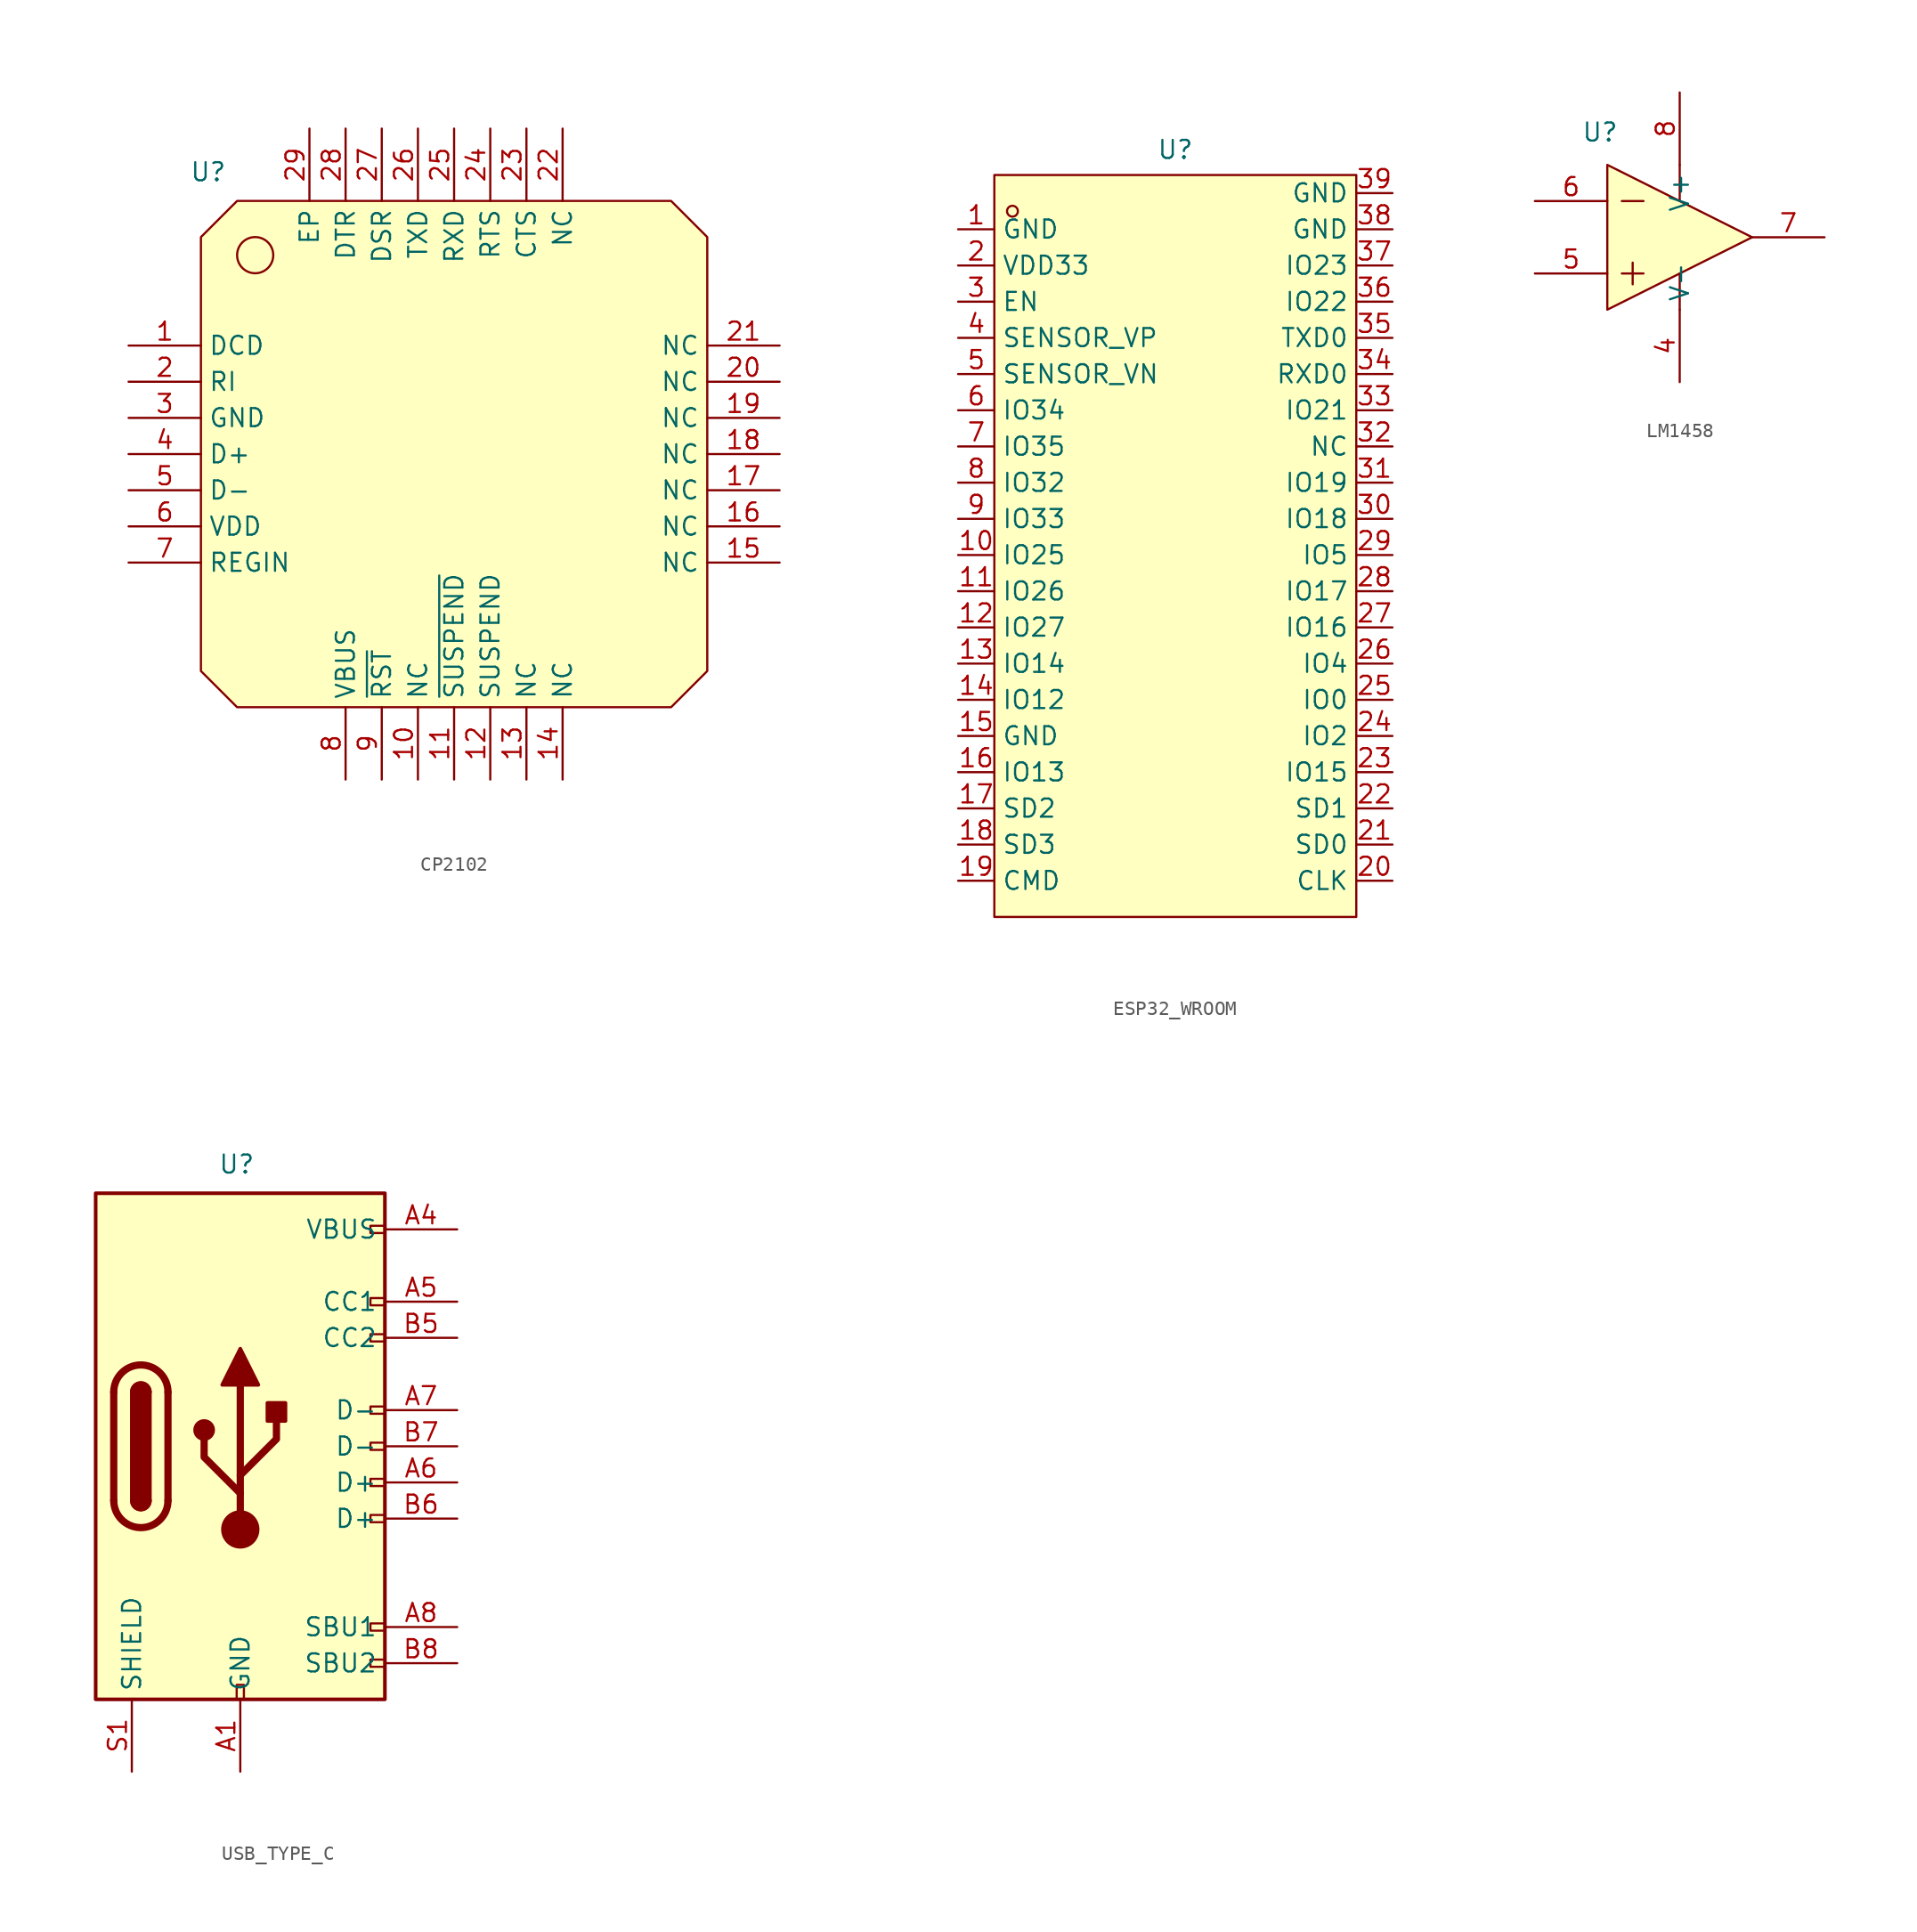
<source format=kicad_sym>
(kicad_symbol_lib
  (version 20231120)
  (generator "kicad_symbol_editor")
  (generator_version "8.0")
  (symbol "CP2102"
    (property "Reference" "U"
      (at -17.272 16.002 0)
      (effects (font (size 1.27 1.27))))
    (property "Value" ""
      (at 0 0 0)
      (effects (font (size 1.27 1.27))))
    (symbol "CP2102_0_1"
      (circle (center -13.97 10.16) (radius 1.27) (stroke (width 0) (type default)) (fill (type none)))
      (polyline (pts (xy -15.24 13.97) (xy 15.24 13.97) (xy 17.78 11.43) (xy 17.78 -19.05) (xy 15.24 -21.59) (xy -15.24 -21.59) (xy -17.78 -19.05) (xy -17.78 11.43) (xy -15.24 13.97)) (stroke (width 0) (type default)) (fill (type background)))
      (pin unspecified line (at -22.86 3.81 0) (length 5.08) (name "DCD" (effects (font (size 1.27 1.27)))) (number "1" (effects (font (size 1.27 1.27)))))
      (pin unspecified line (at -2.54 -26.67 90) (length 5.08) (name "NC" (effects (font (size 1.27 1.27)))) (number "10" (effects (font (size 1.27 1.27)))))
      (pin unspecified line (at 0 -26.67 90) (length 5.08) (name "~{SUSPEND}" (effects (font (size 1.27 1.27)))) (number "11" (effects (font (size 1.27 1.27)))))
      (pin unspecified line (at 2.54 -26.67 90) (length 5.08) (name "SUSPEND" (effects (font (size 1.27 1.27)))) (number "12" (effects (font (size 1.27 1.27)))))
      (pin unspecified line (at 5.08 -26.67 90) (length 5.08) (name "NC" (effects (font (size 1.27 1.27)))) (number "13" (effects (font (size 1.27 1.27)))))
      (pin unspecified line (at 7.62 -26.67 90) (length 5.08) (name "NC" (effects (font (size 1.27 1.27)))) (number "14" (effects (font (size 1.27 1.27)))))
      (pin unspecified line (at 22.86 -11.43 180) (length 5.08) (name "NC" (effects (font (size 1.27 1.27)))) (number "15" (effects (font (size 1.27 1.27)))))
      (pin unspecified line (at 22.86 -8.89 180) (length 5.08) (name "NC" (effects (font (size 1.27 1.27)))) (number "16" (effects (font (size 1.27 1.27)))))
      (pin unspecified line (at 22.86 -6.35 180) (length 5.08) (name "NC" (effects (font (size 1.27 1.27)))) (number "17" (effects (font (size 1.27 1.27)))))
      (pin unspecified line (at 22.86 -3.81 180) (length 5.08) (name "NC" (effects (font (size 1.27 1.27)))) (number "18" (effects (font (size 1.27 1.27)))))
      (pin unspecified line (at 22.86 -1.27 180) (length 5.08) (name "NC" (effects (font (size 1.27 1.27)))) (number "19" (effects (font (size 1.27 1.27)))))
      (pin unspecified line (at -22.86 1.27 0) (length 5.08) (name "RI" (effects (font (size 1.27 1.27)))) (number "2" (effects (font (size 1.27 1.27)))))
      (pin unspecified line (at 22.86 1.27 180) (length 5.08) (name "NC" (effects (font (size 1.27 1.27)))) (number "20" (effects (font (size 1.27 1.27)))))
      (pin unspecified line (at 22.86 3.81 180) (length 5.08) (name "NC" (effects (font (size 1.27 1.27)))) (number "21" (effects (font (size 1.27 1.27)))))
      (pin unspecified line (at 7.62 19.05 270) (length 5.08) (name "NC" (effects (font (size 1.27 1.27)))) (number "22" (effects (font (size 1.27 1.27)))))
      (pin unspecified line (at 5.08 19.05 270) (length 5.08) (name "CTS" (effects (font (size 1.27 1.27)))) (number "23" (effects (font (size 1.27 1.27)))))
      (pin unspecified line (at 2.54 19.05 270) (length 5.08) (name "RTS" (effects (font (size 1.27 1.27)))) (number "24" (effects (font (size 1.27 1.27)))))
      (pin unspecified line (at 0 19.05 270) (length 5.08) (name "RXD" (effects (font (size 1.27 1.27)))) (number "25" (effects (font (size 1.27 1.27)))))
      (pin unspecified line (at -2.54 19.05 270) (length 5.08) (name "TXD" (effects (font (size 1.27 1.27)))) (number "26" (effects (font (size 1.27 1.27)))))
      (pin unspecified line (at -5.08 19.05 270) (length 5.08) (name "DSR" (effects (font (size 1.27 1.27)))) (number "27" (effects (font (size 1.27 1.27)))))
      (pin unspecified line (at -7.62 19.05 270) (length 5.08) (name "DTR" (effects (font (size 1.27 1.27)))) (number "28" (effects (font (size 1.27 1.27)))))
      (pin unspecified line (at -10.16 19.05 270) (length 5.08) (name "EP" (effects (font (size 1.27 1.27)))) (number "29" (effects (font (size 1.27 1.27)))))
      (pin unspecified line (at -22.86 -1.27 0) (length 5.08) (name "GND" (effects (font (size 1.27 1.27)))) (number "3" (effects (font (size 1.27 1.27)))))
      (pin unspecified line (at -22.86 -3.81 0) (length 5.08) (name "D+" (effects (font (size 1.27 1.27)))) (number "4" (effects (font (size 1.27 1.27)))))
      (pin unspecified line (at -22.86 -6.35 0) (length 5.08) (name "D-" (effects (font (size 1.27 1.27)))) (number "5" (effects (font (size 1.27 1.27)))))
      (pin unspecified line (at -22.86 -8.89 0) (length 5.08) (name "VDD" (effects (font (size 1.27 1.27)))) (number "6" (effects (font (size 1.27 1.27)))))
      (pin unspecified line (at -22.86 -11.43 0) (length 5.08) (name "REGIN" (effects (font (size 1.27 1.27)))) (number "7" (effects (font (size 1.27 1.27)))))
      (pin unspecified line (at -7.62 -26.67 90) (length 5.08) (name "VBUS" (effects (font (size 1.27 1.27)))) (number "8" (effects (font (size 1.27 1.27)))))
      (pin unspecified line (at -5.08 -26.67 90) (length 5.08) (name "~{RST}" (effects (font (size 1.27 1.27)))) (number "9" (effects (font (size 1.27 1.27)))))))
  (symbol "ESP32_WROOM"
    (property "Reference" "U"
      (at 0 15.748 0)
      (effects (font (size 1.27 1.27))))
    (property "Value" ""
      (at 0 0 0)
      (effects (font (size 1.27 1.27))))
    (symbol "ESP32_WROOM_0_1"
      (rectangle (start -12.7 13.97) (end 12.7 -38.1) (stroke (width 0) (type default)) (fill (type background)))
      (circle (center -11.43 11.43) (radius 0.38) (stroke (width 0) (type default)) (fill (type none)))
      (pin unspecified line (at -15.24 10.16 0) (length 2.54) (name "GND" (effects (font (size 1.27 1.27)))) (number "1" (effects (font (size 1.27 1.27)))))
      (pin unspecified line (at -15.24 -12.7 0) (length 2.54) (name "IO25" (effects (font (size 1.27 1.27)))) (number "10" (effects (font (size 1.27 1.27)))))
      (pin unspecified line (at -15.24 -15.24 0) (length 2.54) (name "IO26" (effects (font (size 1.27 1.27)))) (number "11" (effects (font (size 1.27 1.27)))))
      (pin unspecified line (at -15.24 -17.78 0) (length 2.54) (name "IO27" (effects (font (size 1.27 1.27)))) (number "12" (effects (font (size 1.27 1.27)))))
      (pin unspecified line (at -15.24 -20.32 0) (length 2.54) (name "IO14" (effects (font (size 1.27 1.27)))) (number "13" (effects (font (size 1.27 1.27)))))
      (pin unspecified line (at -15.24 -22.86 0) (length 2.54) (name "IO12" (effects (font (size 1.27 1.27)))) (number "14" (effects (font (size 1.27 1.27)))))
      (pin unspecified line (at -15.24 -25.4 0) (length 2.54) (name "GND" (effects (font (size 1.27 1.27)))) (number "15" (effects (font (size 1.27 1.27)))))
      (pin unspecified line (at -15.24 -27.94 0) (length 2.54) (name "IO13" (effects (font (size 1.27 1.27)))) (number "16" (effects (font (size 1.27 1.27)))))
      (pin unspecified line (at -15.24 -30.48 0) (length 2.54) (name "SD2" (effects (font (size 1.27 1.27)))) (number "17" (effects (font (size 1.27 1.27)))))
      (pin unspecified line (at -15.24 -33.02 0) (length 2.54) (name "SD3" (effects (font (size 1.27 1.27)))) (number "18" (effects (font (size 1.27 1.27)))))
      (pin unspecified line (at -15.24 -35.56 0) (length 2.54) (name "CMD" (effects (font (size 1.27 1.27)))) (number "19" (effects (font (size 1.27 1.27)))))
      (pin unspecified line (at -15.24 7.62 0) (length 2.54) (name "VDD33" (effects (font (size 1.27 1.27)))) (number "2" (effects (font (size 1.27 1.27)))))
      (pin unspecified line (at 15.24 -35.56 180) (length 2.54) (name "CLK" (effects (font (size 1.27 1.27)))) (number "20" (effects (font (size 1.27 1.27)))))
      (pin unspecified line (at 15.24 -33.02 180) (length 2.54) (name "SD0" (effects (font (size 1.27 1.27)))) (number "21" (effects (font (size 1.27 1.27)))))
      (pin unspecified line (at 15.24 -30.48 180) (length 2.54) (name "SD1" (effects (font (size 1.27 1.27)))) (number "22" (effects (font (size 1.27 1.27)))))
      (pin unspecified line (at 15.24 -27.94 180) (length 2.54) (name "IO15" (effects (font (size 1.27 1.27)))) (number "23" (effects (font (size 1.27 1.27)))))
      (pin unspecified line (at 15.24 -25.4 180) (length 2.54) (name "IO2" (effects (font (size 1.27 1.27)))) (number "24" (effects (font (size 1.27 1.27)))))
      (pin unspecified line (at 15.24 -22.86 180) (length 2.54) (name "IO0" (effects (font (size 1.27 1.27)))) (number "25" (effects (font (size 1.27 1.27)))))
      (pin unspecified line (at 15.24 -20.32 180) (length 2.54) (name "IO4" (effects (font (size 1.27 1.27)))) (number "26" (effects (font (size 1.27 1.27)))))
      (pin unspecified line (at 15.24 -17.78 180) (length 2.54) (name "IO16" (effects (font (size 1.27 1.27)))) (number "27" (effects (font (size 1.27 1.27)))))
      (pin unspecified line (at 15.24 -15.24 180) (length 2.54) (name "IO17" (effects (font (size 1.27 1.27)))) (number "28" (effects (font (size 1.27 1.27)))))
      (pin unspecified line (at 15.24 -12.7 180) (length 2.54) (name "IO5" (effects (font (size 1.27 1.27)))) (number "29" (effects (font (size 1.27 1.27)))))
      (pin unspecified line (at -15.24 5.08 0) (length 2.54) (name "EN" (effects (font (size 1.27 1.27)))) (number "3" (effects (font (size 1.27 1.27)))))
      (pin unspecified line (at 15.24 -10.16 180) (length 2.54) (name "IO18" (effects (font (size 1.27 1.27)))) (number "30" (effects (font (size 1.27 1.27)))))
      (pin unspecified line (at 15.24 -7.62 180) (length 2.54) (name "IO19" (effects (font (size 1.27 1.27)))) (number "31" (effects (font (size 1.27 1.27)))))
      (pin unspecified line (at 15.24 -5.08 180) (length 2.54) (name "NC" (effects (font (size 1.27 1.27)))) (number "32" (effects (font (size 1.27 1.27)))))
      (pin unspecified line (at 15.24 -2.54 180) (length 2.54) (name "IO21" (effects (font (size 1.27 1.27)))) (number "33" (effects (font (size 1.27 1.27)))))
      (pin unspecified line (at 15.24 0 180) (length 2.54) (name "RXD0" (effects (font (size 1.27 1.27)))) (number "34" (effects (font (size 1.27 1.27)))))
      (pin unspecified line (at 15.24 2.54 180) (length 2.54) (name "TXD0" (effects (font (size 1.27 1.27)))) (number "35" (effects (font (size 1.27 1.27)))))
      (pin unspecified line (at 15.24 5.08 180) (length 2.54) (name "IO22" (effects (font (size 1.27 1.27)))) (number "36" (effects (font (size 1.27 1.27)))))
      (pin unspecified line (at 15.24 7.62 180) (length 2.54) (name "IO23" (effects (font (size 1.27 1.27)))) (number "37" (effects (font (size 1.27 1.27)))))
      (pin unspecified line (at 15.24 10.16 180) (length 2.54) (name "GND" (effects (font (size 1.27 1.27)))) (number "38" (effects (font (size 1.27 1.27)))))
      (pin unspecified line (at 15.24 12.7 180) (length 2.54) (name "GND" (effects (font (size 1.27 1.27)))) (number "39" (effects (font (size 1.27 1.27)))))
      (pin unspecified line (at -15.24 2.54 0) (length 2.54) (name "SENSOR_VP" (effects (font (size 1.27 1.27)))) (number "4" (effects (font (size 1.27 1.27)))))
      (pin unspecified line (at -15.24 0 0) (length 2.54) (name "SENSOR_VN" (effects (font (size 1.27 1.27)))) (number "5" (effects (font (size 1.27 1.27)))))
      (pin unspecified line (at -15.24 -2.54 0) (length 2.54) (name "IO34" (effects (font (size 1.27 1.27)))) (number "6" (effects (font (size 1.27 1.27)))))
      (pin unspecified line (at -15.24 -5.08 0) (length 2.54) (name "IO35" (effects (font (size 1.27 1.27)))) (number "7" (effects (font (size 1.27 1.27)))))
      (pin unspecified line (at -15.24 -7.62 0) (length 2.54) (name "IO32" (effects (font (size 1.27 1.27)))) (number "8" (effects (font (size 1.27 1.27)))))
      (pin unspecified line (at -15.24 -10.16 0) (length 2.54) (name "IO33" (effects (font (size 1.27 1.27)))) (number "9" (effects (font (size 1.27 1.27)))))))
  (symbol "LM1458"
    (property "Reference" "U"
      (at -4.318 7.366 0)
      (effects (font (size 1.27 1.27))))
    (property "Value" ""
      (at 0 0 0)
      (effects (font (size 1.27 1.27))))
    (symbol "LM1458_0_1"
      (polyline (pts (xy -2.79 -2.54) (xy -1.27 -2.54)) (stroke (width 0) (type default)) (fill (type none)))
      (polyline (pts (xy -2.79 2.54) (xy -1.27 2.54)) (stroke (width 0) (type default)) (fill (type none)))
      (polyline (pts (xy -2.03 -1.78) (xy -2.03 -3.3)) (stroke (width 0) (type default)) (fill (type none)))
      (polyline (pts (xy 1.27 -2.54) (xy 1.27 -5.08)) (stroke (width 0) (type default)) (fill (type none)))
      (polyline (pts (xy 1.27 5.08) (xy 1.27 2.54)) (stroke (width 0) (type default)) (fill (type none)))
      (polyline (pts (xy -3.81 -5.08) (xy 6.35 0) (xy -3.81 5.08) (xy -3.81 -5.08)) (stroke (width 0) (type default)) (fill (type background)))
      (pin power_in line (at 1.27 -10.16 90) (length 5.08) (name "V-" (effects (font (size 1.27 1.27)))) (number "4" (effects (font (size 1.27 1.27)))))
      (pin power_in line (at 1.27 10.16 270) (length 5.08) (name "V+" (effects (font (size 1.27 1.27)))) (number "8" (effects (font (size 1.27 1.27))))))
    (symbol "LM1458_1_1"
      (pin unspecified line (at -8.89 -2.54 0) (length 5.08) (name "" (effects (font (size 1.27 1.27)))) (number "5" (effects (font (size 1.27 1.27)))))
      (pin unspecified line (at -8.89 2.54 0) (length 5.08) (name "" (effects (font (size 1.27 1.27)))) (number "6" (effects (font (size 1.27 1.27)))))
      (pin output line (at 11.43 0 180) (length 5.08) (name "" (effects (font (size 1.27 1.27)))) (number "7" (effects (font (size 1.27 1.27)))))))
  (symbol "USB_TYPE_C"
    (property "Reference" "U"
      (at 1.016 19.812 0)
      (effects (font (size 1.27 1.27))))
    (property "Value" ""
      (at 0 0 0)
      (effects (font (size 1.27 1.27))))
    (symbol "USB_TYPE_C_0_0"
      (rectangle (start 1.016 -17.78) (end 1.524 -16.764) (stroke (width 0) (type default)) (fill (type none)))
      (rectangle (start 11.43 -14.986) (end 10.414 -15.494) (stroke (width 0) (type default)) (fill (type none)))
      (rectangle (start 11.43 -12.446) (end 10.414 -12.954) (stroke (width 0) (type default)) (fill (type none)))
      (rectangle (start 11.43 -4.826) (end 10.414 -5.334) (stroke (width 0) (type default)) (fill (type none)))
      (rectangle (start 11.43 -2.286) (end 10.414 -2.794) (stroke (width 0) (type default)) (fill (type none)))
      (rectangle (start 11.43 0.254) (end 10.414 -0.254) (stroke (width 0) (type default)) (fill (type none)))
      (rectangle (start 11.43 2.794) (end 10.414 2.286) (stroke (width 0) (type default)) (fill (type none)))
      (rectangle (start 11.43 7.874) (end 10.414 7.366) (stroke (width 0) (type default)) (fill (type none)))
      (rectangle (start 11.43 10.414) (end 10.414 9.906) (stroke (width 0) (type default)) (fill (type none)))
      (rectangle (start 11.43 15.494) (end 10.414 14.986) (stroke (width 0) (type default)) (fill (type none))))
    (symbol "USB_TYPE_C_0_1"
      (rectangle (start -8.89 17.78) (end 11.43 -17.78) (stroke (width 0.254) (type default)) (fill (type background)))
      (arc (start -7.62 -3.81) (mid -5.715 -5.7067) (end -3.81 -3.81) (stroke (width 0.508) (type default)) (fill (type none)))
      (arc (start -6.35 -3.81) (mid -5.715 -4.4423) (end -5.08 -3.81) (stroke (width 0.254) (type default)) (fill (type none)))
      (arc (start -6.35 -3.81) (mid -5.715 -4.4423) (end -5.08 -3.81) (stroke (width 0.254) (type default)) (fill (type outline)))
      (rectangle (start -6.35 -3.81) (end -5.08 3.81) (stroke (width 0.254) (type default)) (fill (type outline)))
      (arc (start -5.08 3.81) (mid -5.715 4.4423) (end -6.35 3.81) (stroke (width 0.254) (type default)) (fill (type none)))
      (arc (start -5.08 3.81) (mid -5.715 4.4423) (end -6.35 3.81) (stroke (width 0.254) (type default)) (fill (type outline)))
      (arc (start -3.81 3.81) (mid -5.715 5.7067) (end -7.62 3.81) (stroke (width 0.508) (type default)) (fill (type none)))
      (circle (center -1.27 1.143) (radius 0.635) (stroke (width 0.254) (type default)) (fill (type outline)))
      (polyline (pts (xy -7.62 -3.81) (xy -7.62 3.81)) (stroke (width 0.508) (type default)) (fill (type none)))
      (polyline (pts (xy -3.81 3.81) (xy -3.81 -3.81)) (stroke (width 0.508) (type default)) (fill (type none)))
      (polyline (pts (xy 1.27 -5.842) (xy 1.27 4.318)) (stroke (width 0.508) (type default)) (fill (type none)))
      (polyline (pts (xy 1.27 -3.302) (xy -1.27 -0.762) (xy -1.27 0.508)) (stroke (width 0.508) (type default)) (fill (type none)))
      (polyline (pts (xy 1.27 -2.032) (xy 3.81 0.508) (xy 3.81 1.778)) (stroke (width 0.508) (type default)) (fill (type none)))
      (polyline (pts (xy 0 4.318) (xy 1.27 6.858) (xy 2.54 4.318) (xy 0 4.318)) (stroke (width 0.254) (type default)) (fill (type outline)))
      (circle (center 1.27 -5.842) (radius 1.27) (stroke (width 0) (type default)) (fill (type outline)))
      (rectangle (start 3.175 1.778) (end 4.445 3.048) (stroke (width 0.254) (type default)) (fill (type outline))))
    (symbol "USB_TYPE_C_1_1"
      (pin passive line (at 1.27 -22.86 90) (length 5.08) (name "GND" (effects (font (size 1.27 1.27)))) (number "A1" (effects (font (size 1.27 1.27)))))
      (pin passive line (at 16.51 15.24 180) (length 5.08) (name "VBUS" (effects (font (size 1.27 1.27)))) (number "A4" (effects (font (size 1.27 1.27)))))
      (pin bidirectional line (at 16.51 10.16 180) (length 5.08) (name "CC1" (effects (font (size 1.27 1.27)))) (number "A5" (effects (font (size 1.27 1.27)))))
      (pin bidirectional line (at 16.51 -2.54 180) (length 5.08) (name "D+" (effects (font (size 1.27 1.27)))) (number "A6" (effects (font (size 1.27 1.27)))))
      (pin bidirectional line (at 16.51 2.54 180) (length 5.08) (name "D-" (effects (font (size 1.27 1.27)))) (number "A7" (effects (font (size 1.27 1.27)))))
      (pin bidirectional line (at 16.51 -12.7 180) (length 5.08) (name "SBU1" (effects (font (size 1.27 1.27)))) (number "A8" (effects (font (size 1.27 1.27)))))
      (pin passive line (at 1.27 -22.86 90) (length 5.08) hide (name "GND" (effects (font (size 1.27 1.27)))) (number "B1" (effects (font (size 1.27 1.27)))))
      (pin passive line (at 16.51 15.24 180) (length 5.08) hide (name "VBUS" (effects (font (size 1.27 1.27)))) (number "B4" (effects (font (size 1.27 1.27)))))
      (pin bidirectional line (at 16.51 7.62 180) (length 5.08) (name "CC2" (effects (font (size 1.27 1.27)))) (number "B5" (effects (font (size 1.27 1.27)))))
      (pin bidirectional line (at 16.51 -5.08 180) (length 5.08) (name "D+" (effects (font (size 1.27 1.27)))) (number "B6" (effects (font (size 1.27 1.27)))))
      (pin bidirectional line (at 16.51 0 180) (length 5.08) (name "D-" (effects (font (size 1.27 1.27)))) (number "B7" (effects (font (size 1.27 1.27)))))
      (pin bidirectional line (at 16.51 -15.24 180) (length 5.08) (name "SBU2" (effects (font (size 1.27 1.27)))) (number "B8" (effects (font (size 1.27 1.27)))))
      (pin passive line (at -6.35 -22.86 90) (length 5.08) (name "SHIELD" (effects (font (size 1.27 1.27)))) (number "S1" (effects (font (size 1.27 1.27))))))))
</source>
